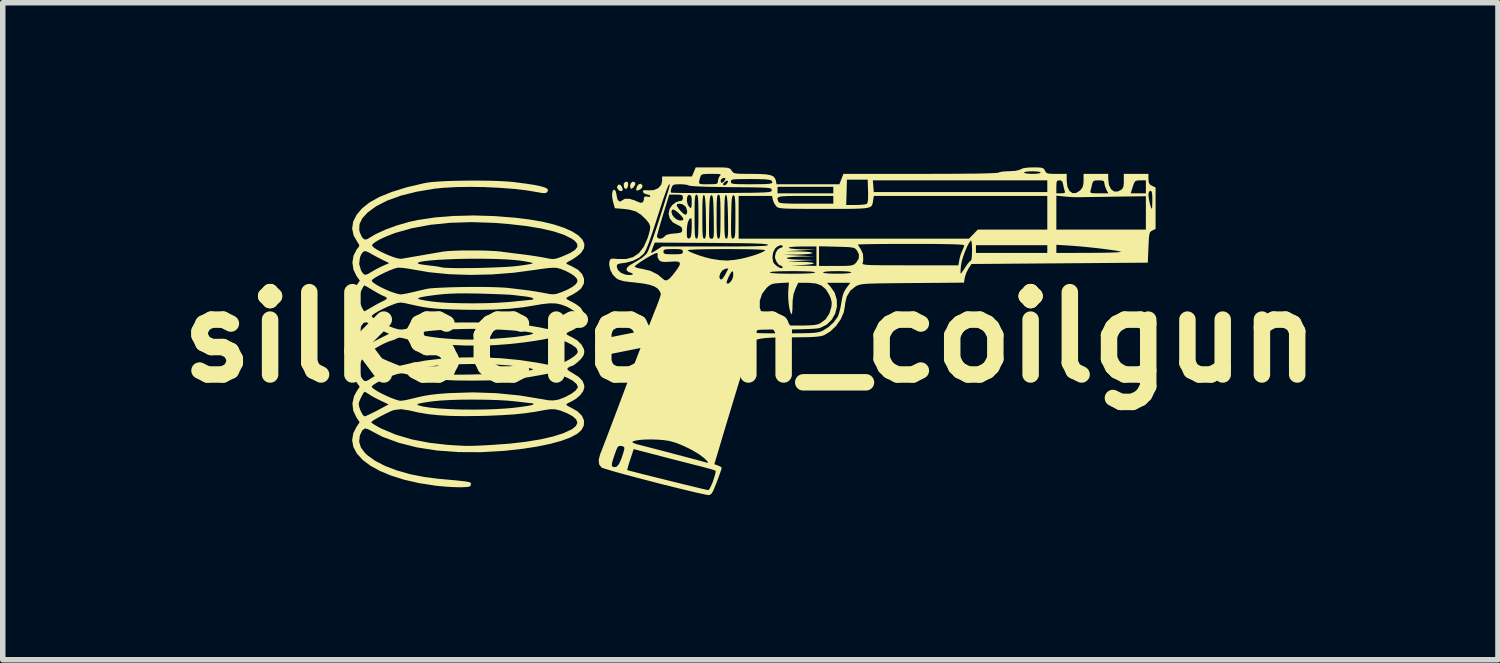
<source format=kicad_pcb>
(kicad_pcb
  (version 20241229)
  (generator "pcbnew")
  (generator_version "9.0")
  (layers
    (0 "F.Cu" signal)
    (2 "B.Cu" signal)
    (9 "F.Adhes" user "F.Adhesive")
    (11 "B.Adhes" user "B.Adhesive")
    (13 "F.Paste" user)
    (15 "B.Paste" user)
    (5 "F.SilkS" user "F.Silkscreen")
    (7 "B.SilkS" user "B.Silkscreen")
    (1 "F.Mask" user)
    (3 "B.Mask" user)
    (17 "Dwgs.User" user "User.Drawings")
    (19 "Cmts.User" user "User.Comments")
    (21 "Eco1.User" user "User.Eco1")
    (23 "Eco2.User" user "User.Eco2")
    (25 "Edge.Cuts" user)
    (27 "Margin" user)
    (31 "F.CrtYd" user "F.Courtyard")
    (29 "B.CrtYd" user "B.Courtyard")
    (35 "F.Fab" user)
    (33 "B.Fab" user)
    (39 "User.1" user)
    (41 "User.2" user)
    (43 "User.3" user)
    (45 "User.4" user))
  (footprint "silkscreen_coilgun"
    (layer "F.Cu")
    (at 10.621 3.095)
    (property "Reference" "silkscreen_coilgun" (at 0 0 0) (layer "F.SilkS") (effects (font (size 1.5 1.5) (thickness 0.3))))
    (attr board_only exclude_from_pos_files exclude_from_bom)
    (fp_poly (pts (xy -2.365 -2.775) (xy -2.338 -2.738) (xy -2.324 -2.687) (xy -2.343 -2.662) (xy -2.385 -2.67) (xy -2.397 -2.678) (xy -2.428 -2.721) (xy -2.426 -2.749) (xy -2.399 -2.784)) (stroke (width 0) (type solid)) (fill yes) (layer "F.SilkS"))
    (fp_poly (pts (xy -2.227 -2.818) (xy -2.225 -2.772) (xy -2.242 -2.719) (xy -2.269 -2.7) (xy -2.295 -2.721) (xy -2.303 -2.739) (xy -2.307 -2.799) (xy -2.278 -2.831) (xy -2.254 -2.835)) (stroke (width 0) (type solid)) (fill yes) (layer "F.SilkS"))
    (fp_poly (pts (xy -2.098 -2.821) (xy -2.096 -2.784) (xy -2.123 -2.739) (xy -2.16 -2.705) (xy -2.183 -2.714) (xy -2.191 -2.758) (xy -2.177 -2.806) (xy -2.147 -2.834) (xy -2.138 -2.835)) (stroke (width 0) (type solid)) (fill yes) (layer "F.SilkS"))
    (fp_poly (pts (xy -1.996 -2.796) (xy -1.964 -2.767) (xy -1.971 -2.726) (xy -2.007 -2.694) (xy -2.056 -2.673) (xy -2.077 -2.678) (xy -2.079 -2.695) (xy -2.066 -2.747) (xy -2.035 -2.787) (xy -1.999 -2.797)) (stroke (width 0) (type solid)) (fill yes) (layer "F.SilkS"))
    (fp_poly (pts (xy -4.748 -2.852) (xy -4.568 -2.846) (xy -4.411 -2.837) (xy -4.297 -2.826) (xy -4.096 -2.8) (xy -3.938 -2.776) (xy -3.822 -2.752) (xy -3.743 -2.729) (xy -3.698 -2.704) (xy -3.685 -2.677) (xy -3.7 -2.647) (xy -3.706 -2.64) (xy -3.737 -2.627) (xy -3.793 -2.628) (xy -3.881 -2.644) (xy -4.08 -2.677) (xy -4.313 -2.704) (xy -4.57 -2.723) (xy -4.839 -2.736) (xy -5.107 -2.74) (xy -5.363 -2.736) (xy -5.596 -2.723) (xy -5.755 -2.707) (xy -6.079 -2.652) (xy -6.365 -2.581) (xy -6.612 -2.492) (xy -6.817 -2.388) (xy -6.974 -2.272) (xy -7.07 -2.167) (xy -7.12 -2.062) (xy -7.126 -1.956) (xy -7.114 -1.907) (xy -7.075 -1.822) (xy -7.031 -1.781) (xy -6.982 -1.786) (xy -6.974 -1.791) (xy -6.827 -1.879) (xy -6.644 -1.963) (xy -6.435 -2.039) (xy -6.212 -2.103) (xy -6.061 -2.136) (xy -5.75 -2.183) (xy -5.407 -2.21) (xy -5.041 -2.219) (xy -4.662 -2.208) (xy -4.281 -2.178) (xy -4.04 -2.148) (xy -3.795 -2.107) (xy -3.579 -2.055) (xy -3.396 -1.995) (xy -3.246 -1.928) (xy -3.133 -1.856) (xy -3.058 -1.779) (xy -3.023 -1.7) (xy -3.031 -1.619) (xy -3.083 -1.539) (xy -3.11 -1.513) (xy -3.181 -1.458) (xy -3.255 -1.41) (xy -3.275 -1.4) (xy -3.327 -1.372) (xy -3.354 -1.351) (xy -3.355 -1.348) (xy -3.335 -1.332) (xy -3.285 -1.307) (xy -3.249 -1.291) (xy -3.14 -1.23) (xy -3.065 -1.153) (xy -3.029 -1.067) (xy -3.032 -0.979) (xy -3.078 -0.896) (xy -3.092 -0.881) (xy -3.159 -0.827) (xy -3.24 -0.778) (xy -3.257 -0.769) (xy -3.316 -0.74) (xy -3.351 -0.716) (xy -3.355 -0.709) (xy -3.336 -0.69) (xy -3.286 -0.662) (xy -3.257 -0.648) (xy -3.178 -0.604) (xy -3.105 -0.549) (xy -3.092 -0.537) (xy -3.038 -0.455) (xy -3.026 -0.367) (xy -3.055 -0.281) (xy -3.123 -0.201) (xy -3.226 -0.136) (xy -3.249 -0.126) (xy -3.311 -0.097) (xy -3.349 -0.073) (xy -3.355 -0.064) (xy -3.335 -0.045) (xy -3.285 -0.017) (xy -3.253 -0.002) (xy -3.153 0.057) (xy -3.076 0.134) (xy -3.032 0.217) (xy -3.024 0.265) (xy -3.036 0.324) (xy -3.077 0.385) (xy -3.12 0.429) (xy -3.177 0.479) (xy -3.225 0.513) (xy -3.244 0.521) (xy -3.285 0.534) (xy -3.315 0.553) (xy -3.334 0.573) (xy -3.33 0.592) (xy -3.296 0.618) (xy -3.228 0.658) (xy -3.123 0.726) (xy -3.059 0.793) (xy -3.028 0.866) (xy -3.024 0.912) (xy -3.045 0.981) (xy -3.1 1.055) (xy -3.18 1.124) (xy -3.275 1.178) (xy -3.279 1.179) (xy -3.329 1.204) (xy -3.355 1.225) (xy -3.355 1.227) (xy -3.336 1.245) (xy -3.286 1.273) (xy -3.261 1.285) (xy -3.145 1.352) (xy -3.067 1.432) (xy -3.029 1.52) (xy -3.034 1.61) (xy -3.076 1.69) (xy -3.155 1.76) (xy -3.279 1.826) (xy -3.443 1.887) (xy -3.644 1.942) (xy -3.88 1.991) (xy -4.146 2.032) (xy -4.44 2.065) (xy -4.466 2.068) (xy -4.907 2.094) (xy -5.324 2.092) (xy -5.716 2.063) (xy -6.078 2.006) (xy -6.408 1.922) (xy -6.705 1.812) (xy -6.964 1.676) (xy -6.967 1.674) (xy -7.022 1.661) (xy -7.069 1.695) (xy -7.108 1.774) (xy -7.115 1.795) (xy -7.127 1.904) (xy -7.096 2.007) (xy -7.02 2.109) (xy -6.975 2.151) (xy -6.833 2.253) (xy -6.652 2.346) (xy -6.438 2.427) (xy -6.198 2.495) (xy -5.941 2.546) (xy -5.698 2.577) (xy -5.514 2.594) (xy -5.371 2.607) (xy -5.265 2.618) (xy -5.189 2.627) (xy -5.14 2.635) (xy -5.11 2.643) (xy -5.096 2.652) (xy -5.092 2.663) (xy -5.092 2.677) (xy -5.092 2.682) (xy -5.096 2.705) (xy -5.115 2.72) (xy -5.158 2.728) (xy -5.234 2.732) (xy -5.281 2.733) (xy -5.387 2.731) (xy -5.52 2.724) (xy -5.659 2.712) (xy -5.737 2.704) (xy -6.033 2.658) (xy -6.301 2.597) (xy -6.541 2.522) (xy -6.749 2.436) (xy -6.925 2.339) (xy -7.065 2.233) (xy -7.168 2.119) (xy -7.232 2) (xy -7.255 1.876) (xy -7.234 1.749) (xy -7.176 1.634) (xy -7.119 1.548) (xy -6.907 1.548) (xy -6.888 1.568) (xy -6.835 1.602) (xy -6.758 1.645) (xy -6.709 1.67) (xy -6.456 1.776) (xy -6.168 1.861) (xy -5.853 1.922) (xy -5.529 1.959) (xy -5.398 1.968) (xy -5.295 1.974) (xy -5.21 1.978) (xy -5.131 1.979) (xy -5.047 1.978) (xy -4.947 1.974) (xy -4.819 1.968) (xy -4.702 1.961) (xy -4.382 1.938) (xy -4.089 1.904) (xy -3.826 1.861) (xy -3.598 1.809) (xy -3.408 1.749) (xy -3.261 1.681) (xy -3.249 1.675) (xy -3.177 1.617) (xy -3.151 1.558) (xy -3.172 1.498) (xy -3.24 1.437) (xy -3.343 1.382) (xy -3.459 1.336) (xy -3.554 1.313) (xy -3.645 1.311) (xy -3.733 1.324) (xy -3.919 1.358) (xy -4.106 1.385) (xy -4.303 1.405) (xy -4.521 1.419) (xy -4.771 1.43) (xy -4.926 1.434) (xy -5.211 1.437) (xy -5.458 1.433) (xy -5.674 1.421) (xy -5.867 1.401) (xy -6.047 1.371) (xy -6.218 1.332) (xy -6.363 1.31) (xy -6.488 1.325) (xy -6.544 1.345) (xy -6.648 1.394) (xy -6.745 1.444) (xy -6.827 1.489) (xy -6.883 1.525) (xy -6.907 1.547) (xy -6.907 1.548) (xy -7.119 1.548) (xy -7.118 1.547) (xy -7.174 1.465) (xy -7.235 1.338) (xy -7.249 1.215) (xy -7.136 1.215) (xy -7.126 1.269) (xy -7.103 1.334) (xy -7.073 1.394) (xy -7.043 1.434) (xy -7.029 1.441) (xy -6.997 1.431) (xy -6.933 1.402) (xy -6.849 1.361) (xy -6.795 1.333) (xy -6.595 1.226) (xy -6.068 1.226) (xy -6.052 1.238) (xy -6.044 1.241) (xy -5.959 1.263) (xy -5.835 1.282) (xy -5.678 1.297) (xy -5.496 1.308) (xy -5.297 1.316) (xy -5.087 1.318) (xy -4.875 1.317) (xy -4.667 1.31) (xy -4.471 1.299) (xy -4.329 1.287) (xy -4.205 1.272) (xy -4.097 1.257) (xy -4.015 1.243) (xy -3.967 1.232) (xy -3.959 1.228) (xy -3.95 1.207) (xy -3.959 1.205) (xy -3.99 1.202) (xy -4.058 1.194) (xy -4.153 1.183) (xy -4.264 1.17) (xy -4.265 1.17) (xy -4.423 1.155) (xy -4.613 1.144) (xy -4.822 1.138) (xy -5.041 1.136) (xy -5.259 1.137) (xy -5.463 1.143) (xy -5.644 1.153) (xy -5.791 1.167) (xy -5.81 1.17) (xy -5.933 1.188) (xy -6.014 1.203) (xy -6.057 1.215) (xy -6.068 1.226) (xy -6.595 1.226) (xy -6.59 1.224) (xy -6.736 1.155) (xy -6.822 1.112) (xy -6.9 1.069) (xy -6.947 1.039) (xy -6.995 1.008) (xy -7.025 0.993) (xy -7.027 0.992) (xy -7.046 1.012) (xy -7.074 1.06) (xy -7.104 1.12) (xy -7.127 1.178) (xy -7.136 1.215) (xy -7.249 1.215) (xy -7.25 1.205) (xy -7.22 1.072) (xy -7.173 0.985) (xy -7.117 0.903) (xy -7.119 0.9) (xy -6.899 0.9) (xy -6.879 0.927) (xy -6.824 0.966) (xy -6.746 1.011) (xy -6.654 1.057) (xy -6.558 1.099) (xy -6.47 1.133) (xy -6.398 1.154) (xy -6.369 1.157) (xy -6.322 1.152) (xy -6.248 1.138) (xy -6.192 1.125) (xy -6.056 1.092) (xy -5.94 1.067) (xy -5.83 1.049) (xy -5.711 1.035) (xy -5.567 1.023) (xy -5.47 1.017) (xy -5.051 1.004) (xy -4.622 1.019) (xy -4.198 1.061) (xy -3.8 1.127) (xy -3.677 1.148) (xy -3.58 1.151) (xy -3.489 1.134) (xy -3.386 1.095) (xy -3.363 1.084) (xy -3.258 1.028) (xy -3.184 0.972) (xy -3.146 0.92) (xy -3.143 0.902) (xy -3.165 0.852) (xy -3.227 0.797) (xy -3.324 0.743) (xy -3.448 0.693) (xy -3.498 0.677) (xy -3.558 0.663) (xy -3.614 0.658) (xy -3.682 0.663) (xy -3.776 0.68) (xy -3.812 0.687) (xy -4.036 0.727) (xy -4.268 0.756) (xy -4.52 0.776) (xy -4.8 0.787) (xy -5.08 0.79) (xy -5.371 0.787) (xy -5.623 0.775) (xy -5.845 0.754) (xy -6.045 0.723) (xy -6.231 0.681) (xy -6.25 0.676) (xy -6.317 0.661) (xy -6.371 0.658) (xy -6.43 0.669) (xy -6.512 0.696) (xy -6.524 0.701) (xy -6.629 0.741) (xy -6.728 0.786) (xy -6.812 0.831) (xy -6.872 0.869) (xy -6.899 0.897) (xy -6.899 0.9) (xy -7.119 0.9) (xy -7.175 0.82) (xy -7.224 0.722) (xy -7.25 0.609) (xy -7.25 0.602) (xy -7.127 0.602) (xy -7.095 0.715) (xy -7.074 0.75) (xy -7.039 0.792) (xy -7 0.799) (xy -6.946 0.772) (xy -6.922 0.755) (xy -6.863 0.719) (xy -6.781 0.676) (xy -6.718 0.647) (xy -6.581 0.586) (xy -6.583 0.585) (xy -6.048 0.585) (xy -6.036 0.597) (xy -5.986 0.61) (xy -5.895 0.623) (xy -5.78 0.637) (xy -5.685 0.649) (xy -5.609 0.661) (xy -5.563 0.671) (xy -5.556 0.674) (xy -5.527 0.679) (xy -5.459 0.682) (xy -5.359 0.682) (xy -5.234 0.681) (xy -5.091 0.679) (xy -4.939 0.675) (xy -4.785 0.67) (xy -4.635 0.663) (xy -4.498 0.657) (xy -4.381 0.649) (xy -4.291 0.641) (xy -4.288 0.641) (xy -4.181 0.628) (xy -4.086 0.615) (xy -4.016 0.604) (xy -3.993 0.599) (xy -3.96 0.588) (xy -3.964 0.579) (xy -4.008 0.567) (xy -4.029 0.563) (xy -4.19 0.536) (xy -4.384 0.514) (xy -4.602 0.499) (xy -4.833 0.49) (xy -5.07 0.487) (xy -5.303 0.491) (xy -5.522 0.5) (xy -5.718 0.516) (xy -5.883 0.538) (xy -5.966 0.555) (xy -6.023 0.571) (xy -6.048 0.585) (xy -6.583 0.585) (xy -6.722 0.516) (xy -6.81 0.471) (xy -6.893 0.426) (xy -6.941 0.398) (xy -7.005 0.369) (xy -7.053 0.378) (xy -7.09 0.428) (xy -7.113 0.488) (xy -7.127 0.602) (xy -7.25 0.602) (xy -7.248 0.504) (xy -7.245 0.49) (xy -7.223 0.435) (xy -7.185 0.367) (xy -7.172 0.347) (xy -7.113 0.26) (xy -7.118 0.252) (xy -6.894 0.252) (xy -6.883 0.284) (xy -6.834 0.323) (xy -6.744 0.371) (xy -6.61 0.43) (xy -6.584 0.441) (xy -6.498 0.476) (xy -6.43 0.503) (xy -6.392 0.518) (xy -6.387 0.519) (xy -6.364 0.515) (xy -6.306 0.501) (xy -6.223 0.482) (xy -6.186 0.474) (xy -5.905 0.422) (xy -5.589 0.386) (xy -5.25 0.368) (xy -4.899 0.366) (xy -4.546 0.382) (xy -4.202 0.415) (xy -3.876 0.464) (xy -3.819 0.475) (xy -3.71 0.496) (xy -3.634 0.507) (xy -3.578 0.509) (xy -3.53 0.501) (xy -3.475 0.485) (xy -3.474 0.485) (xy -3.375 0.445) (xy -3.282 0.396) (xy -3.206 0.344) (xy -3.156 0.296) (xy -3.143 0.264) (xy -3.159 0.214) (xy -3.184 0.184) (xy -3.254 0.135) (xy -3.346 0.088) (xy -3.446 0.048) (xy -3.54 0.02) (xy -3.617 0.009) (xy -3.648 0.012) (xy -3.717 0.029) (xy -3.823 0.049) (xy -3.955 0.07) (xy -4.104 0.091) (xy -4.26 0.11) (xy -4.383 0.123) (xy -4.647 0.143) (xy -4.925 0.152) (xy -5.206 0.15) (xy -5.484 0.138) (xy -5.748 0.117) (xy -5.99 0.088) (xy -6.202 0.049) (xy -6.35 0.011) (xy -6.404 0.007) (xy -6.433 0.018) (xy -6.476 0.041) (xy -6.533 0.059) (xy -6.595 0.08) (xy -6.673 0.114) (xy -6.754 0.156) (xy -6.826 0.198) (xy -6.877 0.233) (xy -6.894 0.252) (xy -7.118 0.252) (xy -7.172 0.173) (xy -7.213 0.106) (xy -7.241 0.044) (xy -7.245 0.03) (xy -7.251 -0.058) (xy -7.127 -0.058) (xy -7.105 0.055) (xy -7.076 0.111) (xy -7.05 0.149) (xy -7.029 0.161) (xy -6.996 0.15) (xy -6.948 0.124) (xy -6.886 0.091) (xy -6.802 0.048) (xy -6.727 0.01) (xy -6.582 -0.063) (xy -6.602 -0.072) (xy -6.06 -0.072) (xy -6.046 -0.057) (xy -5.992 -0.04) (xy -5.907 -0.022) (xy -5.8 -0.005) (xy -5.677 0.011) (xy -5.564 0.022) (xy -5.393 0.034) (xy -5.239 0.041) (xy -5.089 0.043) (xy -4.93 0.039) (xy -4.746 0.031) (xy -4.618 0.023) (xy -4.459 0.011) (xy -4.311 -0.003) (xy -4.182 -0.019) (xy -4.076 -0.035) (xy -4 -0.05) (xy -3.96 -0.065) (xy -3.959 -0.076) (xy -4.002 -0.088) (xy -4.085 -0.101) (xy -4.2 -0.113) (xy -4.34 -0.125) (xy -4.498 -0.135) (xy -4.666 -0.143) (xy -4.837 -0.149) (xy -5.003 -0.152) (xy -5.056 -0.153) (xy -5.227 -0.151) (xy -5.398 -0.146) (xy -5.563 -0.138) (xy -5.715 -0.127) (xy -5.848 -0.115) (xy -5.954 -0.101) (xy -6.027 -0.087) (xy -6.06 -0.072) (xy -6.06 -0.072) (xy -6.602 -0.072) (xy -6.718 -0.125) (xy -6.804 -0.167) (xy -6.884 -0.211) (xy -6.925 -0.238) (xy -6.991 -0.272) (xy -7.042 -0.265) (xy -7.084 -0.214) (xy -7.103 -0.173) (xy -7.127 -0.058) (xy -7.251 -0.058) (xy -7.252 -0.073) (xy -7.23 -0.186) (xy -7.183 -0.288) (xy -7.175 -0.301) (xy -7.116 -0.384) (xy -7.116 -0.385) (xy -6.899 -0.385) (xy -6.879 -0.359) (xy -6.824 -0.322) (xy -6.745 -0.278) (xy -6.651 -0.232) (xy -6.553 -0.19) (xy -6.488 -0.166) (xy -6.41 -0.144) (xy -6.347 -0.14) (xy -6.272 -0.153) (xy -6.252 -0.159) (xy -6.173 -0.177) (xy -6.066 -0.2) (xy -5.95 -0.222) (xy -5.907 -0.23) (xy -5.818 -0.244) (xy -5.72 -0.254) (xy -5.605 -0.262) (xy -5.465 -0.267) (xy -5.293 -0.269) (xy -5.081 -0.27) (xy -5.068 -0.27) (xy -4.753 -0.266) (xy -4.477 -0.255) (xy -4.233 -0.237) (xy -4.014 -0.21) (xy -3.813 -0.175) (xy -3.733 -0.157) (xy -3.636 -0.142) (xy -3.546 -0.147) (xy -3.447 -0.174) (xy -3.328 -0.226) (xy -3.291 -0.245) (xy -3.2 -0.302) (xy -3.155 -0.359) (xy -3.157 -0.417) (xy -3.206 -0.476) (xy -3.302 -0.536) (xy -3.355 -0.562) (xy -3.453 -0.598) (xy -3.551 -0.617) (xy -3.663 -0.618) (xy -3.8 -0.603) (xy -3.909 -0.584) (xy -4.14 -0.546) (xy -4.387 -0.52) (xy -4.659 -0.505) (xy -4.964 -0.499) (xy -5.234 -0.502) (xy -5.432 -0.507) (xy -5.593 -0.514) (xy -5.727 -0.522) (xy -5.844 -0.534) (xy -5.955 -0.55) (xy -6.069 -0.572) (xy -6.196 -0.6) (xy -6.221 -0.606) (xy -6.31 -0.625) (xy -6.371 -0.632) (xy -6.423 -0.626) (xy -6.484 -0.607) (xy -6.493 -0.603) (xy -6.592 -0.564) (xy -6.692 -0.518) (xy -6.781 -0.472) (xy -6.851 -0.43) (xy -6.892 -0.397) (xy -6.899 -0.385) (xy -7.116 -0.385) (xy -7.179 -0.48) (xy -7.232 -0.601) (xy -7.243 -0.709) (xy -7.136 -0.709) (xy -7.127 -0.668) (xy -7.105 -0.608) (xy -7.078 -0.545) (xy -7.051 -0.495) (xy -7.032 -0.473) (xy -7.032 -0.473) (xy -7.009 -0.484) (xy -6.957 -0.513) (xy -6.891 -0.552) (xy -6.809 -0.599) (xy -6.732 -0.64) (xy -6.687 -0.661) (xy -6.631 -0.692) (xy -6.627 -0.703) (xy -6.054 -0.703) (xy -6.018 -0.688) (xy -5.938 -0.672) (xy -5.814 -0.653) (xy -5.797 -0.651) (xy -5.649 -0.636) (xy -5.464 -0.625) (xy -5.256 -0.62) (xy -5.034 -0.618) (xy -4.81 -0.621) (xy -4.596 -0.629) (xy -4.402 -0.642) (xy -4.312 -0.65) (xy -4.192 -0.663) (xy -4.088 -0.673) (xy -4.01 -0.681) (xy -3.967 -0.685) (xy -3.962 -0.685) (xy -3.953 -0.7) (xy -3.957 -0.707) (xy -3.986 -0.722) (xy -4.047 -0.736) (xy -4.094 -0.743) (xy -4.192 -0.754) (xy -4.291 -0.766) (xy -4.324 -0.77) (xy -4.379 -0.775) (xy -4.473 -0.78) (xy -4.597 -0.785) (xy -4.741 -0.79) (xy -4.897 -0.795) (xy -4.939 -0.796) (xy -5.149 -0.799) (xy -5.322 -0.799) (xy -5.471 -0.794) (xy -5.605 -0.785) (xy -5.735 -0.771) (xy -5.741 -0.77) (xy -5.888 -0.75) (xy -5.989 -0.732) (xy -6.044 -0.717) (xy -6.054 -0.703) (xy -6.627 -0.703) (xy -6.621 -0.719) (xy -6.657 -0.742) (xy -6.669 -0.746) (xy -6.715 -0.766) (xy -6.786 -0.804) (xy -6.868 -0.851) (xy -6.872 -0.854) (xy -6.946 -0.898) (xy -7.002 -0.93) (xy -7.03 -0.945) (xy -7.031 -0.945) (xy -7.05 -0.925) (xy -7.076 -0.876) (xy -7.104 -0.814) (xy -7.126 -0.753) (xy -7.136 -0.71) (xy -7.136 -0.709) (xy -7.243 -0.709) (xy -7.245 -0.733) (xy -7.217 -0.863) (xy -7.179 -0.938) (xy -7.116 -1.032) (xy -6.899 -1.032) (xy -6.879 -1.003) (xy -6.823 -0.963) (xy -6.744 -0.918) (xy -6.651 -0.873) (xy -6.554 -0.832) (xy -6.464 -0.801) (xy -6.39 -0.783) (xy -6.372 -0.781) (xy -6.327 -0.786) (xy -6.253 -0.799) (xy -6.171 -0.817) (xy -6.07 -0.841) (xy -5.97 -0.864) (xy -5.907 -0.879) (xy -5.84 -0.89) (xy -5.735 -0.898) (xy -5.598 -0.905) (xy -5.439 -0.911) (xy -5.266 -0.915) (xy -5.087 -0.917) (xy -4.91 -0.917) (xy -4.743 -0.915) (xy -4.595 -0.91) (xy -4.473 -0.904) (xy -4.418 -0.899) (xy -4.211 -0.875) (xy -4.037 -0.853) (xy -3.882 -0.829) (xy -3.731 -0.802) (xy -3.729 -0.801) (xy -3.645 -0.786) (xy -3.584 -0.783) (xy -3.527 -0.792) (xy -3.454 -0.817) (xy -3.408 -0.835) (xy -3.318 -0.875) (xy -3.24 -0.919) (xy -3.19 -0.957) (xy -3.189 -0.958) (xy -3.154 -1.003) (xy -3.15 -1.039) (xy -3.164 -1.071) (xy -3.205 -1.115) (xy -3.278 -1.164) (xy -3.368 -1.211) (xy -3.462 -1.248) (xy -3.526 -1.264) (xy -3.584 -1.267) (xy -3.678 -1.261) (xy -3.795 -1.247) (xy -3.901 -1.231) (xy -4.299 -1.177) (xy -4.703 -1.145) (xy -5.103 -1.136) (xy -5.49 -1.149) (xy -5.853 -1.185) (xy -6.129 -1.232) (xy -6.237 -1.251) (xy -6.334 -1.264) (xy -6.407 -1.268) (xy -6.433 -1.266) (xy -6.498 -1.247) (xy -6.581 -1.214) (xy -6.672 -1.173) (xy -6.76 -1.129) (xy -6.834 -1.087) (xy -6.884 -1.052) (xy -6.899 -1.032) (xy -7.116 -1.032) (xy -7.116 -1.033) (xy -7.176 -1.118) (xy -7.232 -1.234) (xy -7.246 -1.335) (xy -7.127 -1.335) (xy -7.095 -1.223) (xy -7.074 -1.187) (xy -7.045 -1.15) (xy -7.013 -1.138) (xy -6.967 -1.153) (xy -6.896 -1.195) (xy -6.811 -1.244) (xy -6.717 -1.291) (xy -6.69 -1.303) (xy -6.591 -1.346) (xy -6.06 -1.346) (xy -6.033 -1.335) (xy -5.97 -1.323) (xy -5.886 -1.312) (xy -5.867 -1.31) (xy -5.771 -1.299) (xy -5.685 -1.287) (xy -5.629 -1.275) (xy -5.625 -1.274) (xy -5.577 -1.267) (xy -5.489 -1.263) (xy -5.37 -1.26) (xy -5.227 -1.26) (xy -5.068 -1.261) (xy -4.901 -1.264) (xy -4.734 -1.269) (xy -4.574 -1.276) (xy -4.43 -1.283) (xy -4.309 -1.292) (xy -4.253 -1.298) (xy -4.144 -1.312) (xy -4.053 -1.326) (xy -3.989 -1.338) (xy -3.963 -1.346) (xy -3.977 -1.356) (xy -4.029 -1.369) (xy -4.11 -1.384) (xy -4.187 -1.396) (xy -4.31 -1.409) (xy -4.456 -1.419) (xy -4.621 -1.426) (xy -4.799 -1.43) (xy -4.985 -1.431) (xy -5.172 -1.43) (xy -5.355 -1.426) (xy -5.528 -1.419) (xy -5.687 -1.411) (xy -5.825 -1.4) (xy -5.936 -1.388) (xy -6.015 -1.374) (xy -6.056 -1.358) (xy -6.06 -1.346) (xy -6.591 -1.346) (xy -6.58 -1.351) (xy -6.722 -1.421) (xy -6.81 -1.466) (xy -6.892 -1.511) (xy -6.941 -1.54) (xy -7.005 -1.569) (xy -7.053 -1.56) (xy -7.09 -1.51) (xy -7.113 -1.45) (xy -7.127 -1.335) (xy -7.246 -1.335) (xy -7.25 -1.361) (xy -7.23 -1.487) (xy -7.173 -1.599) (xy -7.155 -1.621) (xy -7.126 -1.658) (xy -7.127 -1.67) (xy -6.893 -1.67) (xy -6.893 -1.67) (xy -6.863 -1.637) (xy -6.799 -1.594) (xy -6.713 -1.549) (xy -6.616 -1.504) (xy -6.518 -1.466) (xy -6.432 -1.439) (xy -6.369 -1.429) (xy -6.356 -1.43) (xy -6.31 -1.438) (xy -6.229 -1.452) (xy -6.125 -1.47) (xy -6.013 -1.489) (xy -5.888 -1.511) (xy -5.765 -1.532) (xy -5.661 -1.55) (xy -5.598 -1.561) (xy -5.513 -1.57) (xy -5.392 -1.577) (xy -5.246 -1.581) (xy -5.087 -1.582) (xy -4.926 -1.581) (xy -4.775 -1.577) (xy -4.645 -1.57) (xy -4.547 -1.561) (xy -4.541 -1.56) (xy -4.442 -1.547) (xy -4.319 -1.531) (xy -4.193 -1.516) (xy -4.159 -1.512) (xy -4.032 -1.495) (xy -3.897 -1.475) (xy -3.779 -1.455) (xy -3.754 -1.45) (xy -3.663 -1.432) (xy -3.599 -1.425) (xy -3.545 -1.431) (xy -3.482 -1.451) (xy -3.412 -1.478) (xy -3.279 -1.537) (xy -3.192 -1.593) (xy -3.151 -1.647) (xy -3.154 -1.702) (xy -3.2 -1.758) (xy -3.252 -1.795) (xy -3.393 -1.866) (xy -3.58 -1.928) (xy -3.811 -1.982) (xy -4.085 -2.027) (xy -4.401 -2.063) (xy -4.667 -2.084) (xy -5.074 -2.098) (xy -5.463 -2.086) (xy -5.828 -2.049) (xy -6.164 -1.987) (xy -6.465 -1.902) (xy -6.497 -1.891) (xy -6.629 -1.839) (xy -6.741 -1.788) (xy -6.826 -1.74) (xy -6.879 -1.7) (xy -6.893 -1.67) (xy -7.127 -1.67) (xy -7.127 -1.688) (xy -7.154 -1.727) (xy -7.228 -1.855) (xy -7.255 -1.982) (xy -7.236 -2.109) (xy -7.17 -2.236) (xy -7.076 -2.346) (xy -6.941 -2.455) (xy -6.76 -2.556) (xy -6.533 -2.648) (xy -6.263 -2.732) (xy -5.949 -2.806) (xy -5.919 -2.812) (xy -5.823 -2.826) (xy -5.689 -2.837) (xy -5.525 -2.846) (xy -5.34 -2.851) (xy -5.143 -2.854) (xy -4.943 -2.854)) (stroke (width 0) (type solid)) (fill yes) (layer "F.SilkS"))
    (fp_poly (pts (xy -0.561 -3.095) (xy -0.474 -3.093) (xy -0.417 -3.088) (xy -0.382 -3.078) (xy -0.36 -3.063) (xy -0.343 -3.04) (xy -0.34 -3.036) (xy -0.323 -3.012) (xy -0.303 -2.996) (xy -0.27 -2.986) (xy -0.217 -2.98) (xy -0.136 -2.978) (xy -0.018 -2.977) (xy 0.013 -2.977) (xy 0.17 -2.975) (xy 0.285 -2.968) (xy 0.366 -2.954) (xy 0.419 -2.931) (xy 0.45 -2.897) (xy 0.465 -2.855) (xy 0.478 -2.788) (xy 1.051 -2.788) (xy 1.623 -2.788) (xy 1.66 -2.883) (xy 1.697 -2.977) (xy 3.104 -2.977) (xy 3.431 -2.978) (xy 3.717 -2.979) (xy 3.961 -2.981) (xy 4.163 -2.983) (xy 4.321 -2.987) (xy 4.435 -2.991) (xy 4.503 -2.996) (xy 4.525 -3.001) (xy 4.985 -3.001) (xy 5.007 -2.988) (xy 5.065 -2.98) (xy 5.139 -2.977) (xy 5.219 -2.98) (xy 5.274 -2.989) (xy 5.293 -3.001) (xy 5.271 -3.013) (xy 5.213 -3.022) (xy 5.139 -3.024) (xy 5.059 -3.021) (xy 5.004 -3.012) (xy 4.985 -3.001) (xy 4.525 -3.001) (xy 4.554 -3.012) (xy 4.617 -3.021) (xy 4.701 -3.025) (xy 4.709 -3.025) (xy 4.829 -3.032) (xy 4.907 -3.05) (xy 4.925 -3.061) (xy 4.98 -3.082) (xy 5.076 -3.093) (xy 5.156 -3.095) (xy 5.249 -3.094) (xy 5.307 -3.089) (xy 5.34 -3.077) (xy 5.359 -3.054) (xy 5.368 -3.036) (xy 5.385 -3.006) (xy 5.409 -2.989) (xy 5.451 -2.98) (xy 5.524 -2.977) (xy 5.58 -2.977) (xy 5.765 -2.977) (xy 5.765 -2.847) (xy 5.778 -2.741) (xy 5.815 -2.666) (xy 5.868 -2.627) (xy 5.933 -2.628) (xy 5.967 -2.648) (xy 6.195 -2.648) (xy 6.204 -2.632) (xy 6.238 -2.625) (xy 6.305 -2.623) (xy 6.354 -2.623) (xy 6.523 -2.623) (xy 6.931 -2.623) (xy 7.069 -2.623) (xy 7.207 -2.623) (xy 7.207 -2.741) (xy 7.207 -2.859) (xy 7.106 -2.859) (xy 7.047 -2.856) (xy 7.013 -2.842) (xy 6.99 -2.805) (xy 6.968 -2.741) (xy 6.931 -2.623) (xy 6.523 -2.623) (xy 6.486 -2.692) (xy 6.461 -2.756) (xy 6.45 -2.811) (xy 6.444 -2.841) (xy 6.415 -2.855) (xy 6.352 -2.859) (xy 6.347 -2.859) (xy 6.281 -2.856) (xy 6.248 -2.841) (xy 6.232 -2.806) (xy 6.229 -2.794) (xy 6.213 -2.724) (xy 6.2 -2.676) (xy 6.195 -2.648) (xy 5.967 -2.648) (xy 6.005 -2.671) (xy 6.014 -2.681) (xy 6.052 -2.73) (xy 6.069 -2.791) (xy 6.072 -2.858) (xy 6.072 -2.977) (xy 6.297 -2.977) (xy 6.521 -2.977) (xy 6.521 -2.884) (xy 6.534 -2.776) (xy 6.571 -2.699) (xy 6.625 -2.657) (xy 6.693 -2.655) (xy 6.746 -2.68) (xy 6.781 -2.709) (xy 6.799 -2.749) (xy 6.805 -2.814) (xy 6.805 -2.848) (xy 6.805 -2.977) (xy 7.029 -2.977) (xy 7.254 -2.977) (xy 7.254 -2.884) (xy 7.26 -2.818) (xy 7.283 -2.781) (xy 7.319 -2.76) (xy 7.384 -2.728) (xy 7.384 -2.351) (xy 7.384 -1.974) (xy 7.325 -1.945) (xy 7.299 -1.93) (xy 7.282 -1.91) (xy 7.271 -1.875) (xy 7.263 -1.816) (xy 7.258 -1.726) (xy 7.254 -1.637) (xy 7.242 -1.359) (xy 5.636 -1.347) (xy 4.03 -1.335) (xy 3.976 -1.254) (xy 3.936 -1.177) (xy 3.909 -1.094) (xy 3.907 -1.084) (xy 3.893 -0.995) (xy 2.957 -0.988) (xy 2.722 -0.986) (xy 2.529 -0.984) (xy 2.374 -0.982) (xy 2.252 -0.979) (xy 2.158 -0.976) (xy 2.087 -0.972) (xy 2.034 -0.966) (xy 1.995 -0.958) (xy 1.965 -0.949) (xy 1.939 -0.937) (xy 1.918 -0.926) (xy 1.822 -0.849) (xy 1.757 -0.741) (xy 1.727 -0.612) (xy 1.725 -0.579) (xy 1.703 -0.455) (xy 1.646 -0.326) (xy 1.561 -0.206) (xy 1.456 -0.105) (xy 1.342 -0.037) (xy 1.3 -0.024) (xy 1.243 -0.014) (xy 1.165 -0.007) (xy 1.057 -0.002) (xy 0.914 -0.000121) (xy 0.763 0.001) (xy 0.564 0.002) (xy 0.407 0.006) (xy 0.285 0.013) (xy 0.194 0.024) (xy 0.127 0.039) (xy 0.08 0.06) (xy 0.046 0.086) (xy 0.045 0.087) (xy 0.034 0.104) (xy 0.019 0.135) (xy -0.001 0.184) (xy -0.026 0.254) (xy -0.057 0.346) (xy -0.095 0.463) (xy -0.141 0.608) (xy -0.195 0.784) (xy -0.259 0.993) (xy -0.333 1.238) (xy -0.419 1.521) (xy -0.516 1.845) (xy -0.587 2.084) (xy -0.656 2.313) (xy -0.588 2.337) (xy -0.54 2.359) (xy -0.52 2.379) (xy -0.52 2.379) (xy -0.528 2.408) (xy -0.55 2.471) (xy -0.581 2.558) (xy -0.61 2.635) (xy -0.652 2.741) (xy -0.683 2.811) (xy -0.709 2.851) (xy -0.734 2.87) (xy -0.757 2.875) (xy -0.792 2.871) (xy -0.868 2.855) (xy -0.979 2.831) (xy -1.119 2.798) (xy -1.285 2.758) (xy -1.47 2.712) (xy -1.67 2.662) (xy -1.735 2.645) (xy -1.938 2.592) (xy -2.128 2.542) (xy -2.301 2.496) (xy -2.449 2.455) (xy -2.57 2.42) (xy -2.582 2.416) (xy -2.242 2.416) (xy -2.241 2.42) (xy -2.217 2.428) (xy -2.154 2.444) (xy -2.058 2.469) (xy -1.936 2.5) (xy -1.796 2.535) (xy -1.642 2.573) (xy -1.483 2.613) (xy -1.324 2.652) (xy -1.173 2.689) (xy -1.037 2.722) (xy -0.921 2.75) (xy -0.833 2.771) (xy -0.778 2.783) (xy -0.765 2.786) (xy -0.745 2.766) (xy -0.717 2.712) (xy -0.684 2.635) (xy -0.678 2.617) (xy -0.651 2.534) (xy -0.634 2.469) (xy -0.632 2.434) (xy -0.633 2.431) (xy -0.662 2.42) (xy -0.726 2.4) (xy -0.816 2.376) (xy -0.898 2.354) (xy -1 2.329) (xy -1.135 2.294) (xy -1.292 2.254) (xy -1.46 2.211) (xy -1.625 2.168) (xy -1.635 2.165) (xy -2.125 2.038) (xy -2.187 2.226) (xy -2.215 2.312) (xy -2.234 2.379) (xy -2.242 2.416) (xy -2.582 2.416) (xy -2.656 2.394) (xy -2.704 2.377) (xy -2.71 2.374) (xy -2.737 2.34) (xy -2.523 2.34) (xy -2.507 2.359) (xy -2.475 2.367) (xy -2.434 2.357) (xy -2.394 2.311) (xy -2.354 2.225) (xy -2.313 2.103) (xy -2.295 2.035) (xy -2.299 2) (xy -2.328 1.985) (xy -2.361 1.979) (xy -2.392 1.981) (xy -2.416 2.001) (xy -2.439 2.047) (xy -2.469 2.129) (xy -2.472 2.137) (xy -2.505 2.238) (xy -2.522 2.303) (xy -2.523 2.34) (xy -2.737 2.34) (xy -2.754 2.318) (xy -2.763 2.235) (xy -2.735 2.128) (xy -2.727 2.108) (xy -2.711 2.069) (xy -2.681 1.99) (xy -2.651 1.911) (xy -2.15 1.911) (xy -2.129 1.927) (xy -2.077 1.946) (xy -2.05 1.954) (xy -1.983 1.97) (xy -1.884 1.996) (xy -1.76 2.028) (xy -1.62 2.064) (xy -1.471 2.103) (xy -1.322 2.143) (xy -1.181 2.18) (xy -1.056 2.213) (xy -0.955 2.24) (xy -0.886 2.259) (xy -0.862 2.266) (xy -0.797 2.284) (xy -0.77 2.283) (xy -0.783 2.259) (xy -0.833 2.21) (xy -0.845 2.199) (xy -0.943 2.125) (xy -1.071 2.05) (xy -1.214 1.98) (xy -1.355 1.923) (xy -1.477 1.889) (xy -1.577 1.874) (xy -1.691 1.865) (xy -1.809 1.862) (xy -1.923 1.864) (xy -2.023 1.871) (xy -2.1 1.884) (xy -2.143 1.9) (xy -2.15 1.911) (xy -2.651 1.911) (xy -2.637 1.876) (xy -2.582 1.732) (xy -2.518 1.563) (xy -2.446 1.373) (xy -2.368 1.166) (xy -2.286 0.948) (xy -2.279 0.929) (xy -2.193 0.701) (xy -2.109 0.477) (xy -2.027 0.263) (xy -1.951 0.064) (xy -1.886 -0.106) (xy 0.039 -0.106) (xy 0.039 -0.095) (xy 0.054 -0.087) (xy 0.088 -0.081) (xy 0.147 -0.076) (xy 0.234 -0.073) (xy 0.357 -0.072) (xy 0.518 -0.071) (xy 0.621 -0.071) (xy 0.808 -0.072) (xy 0.955 -0.073) (xy 1.067 -0.076) (xy 1.15 -0.08) (xy 1.212 -0.087) (xy 1.258 -0.096) (xy 1.294 -0.108) (xy 1.312 -0.115) (xy 1.417 -0.18) (xy 1.516 -0.269) (xy 1.588 -0.366) (xy 1.595 -0.378) (xy 1.616 -0.436) (xy 1.638 -0.52) (xy 1.653 -0.598) (xy 1.671 -0.704) (xy 1.689 -0.776) (xy 1.71 -0.831) (xy 1.741 -0.882) (xy 1.765 -0.916) (xy 1.822 -0.992) (xy 1.609 -0.992) (xy 1.396 -0.992) (xy 1.457 -0.927) (xy 1.536 -0.814) (xy 1.575 -0.687) (xy 1.578 -0.557) (xy 1.546 -0.431) (xy 1.483 -0.319) (xy 1.39 -0.229) (xy 1.269 -0.17) (xy 1.257 -0.166) (xy 1.208 -0.159) (xy 1.12 -0.153) (xy 0.999 -0.148) (xy 0.854 -0.144) (xy 0.693 -0.142) (xy 0.611 -0.142) (xy 0.431 -0.141) (xy 0.293 -0.14) (xy 0.191 -0.137) (xy 0.12 -0.133) (xy 0.075 -0.127) (xy 0.05 -0.118) (xy 0.039 -0.107) (xy 0.039 -0.106) (xy -1.886 -0.106) (xy -1.883 -0.114) (xy -1.825 -0.265) (xy -1.779 -0.382) (xy -1.75 -0.456) (xy -1.716 -0.539) (xy 0.172 -0.539) (xy 0.214 -0.417) (xy 0.248 -0.364) (xy 0.293 -0.312) (xy 0.34 -0.273) (xy 0.397 -0.246) (xy 0.473 -0.229) (xy 0.576 -0.219) (xy 0.712 -0.214) (xy 0.827 -0.214) (xy 0.975 -0.214) (xy 1.084 -0.217) (xy 1.162 -0.223) (xy 1.219 -0.233) (xy 1.262 -0.248) (xy 1.275 -0.254) (xy 1.371 -0.327) (xy 1.441 -0.433) (xy 1.478 -0.557) (xy 1.483 -0.636) (xy 1.466 -0.709) (xy 1.438 -0.774) (xy 1.374 -0.876) (xy 1.296 -0.943) (xy 1.195 -0.98) (xy 1.061 -0.992) (xy 1.047 -0.992) (xy 0.872 -0.992) (xy 0.821 -0.88) (xy 0.788 -0.787) (xy 0.772 -0.679) (xy 0.769 -0.587) (xy 0.767 -0.503) (xy 0.761 -0.442) (xy 0.754 -0.416) (xy 0.753 -0.416) (xy 0.732 -0.45) (xy 0.714 -0.519) (xy 0.699 -0.61) (xy 0.691 -0.711) (xy 0.69 -0.808) (xy 0.691 -0.832) (xy 0.703 -0.997) (xy 0.541 -0.988) (xy 0.451 -0.981) (xy 0.39 -0.967) (xy 0.344 -0.941) (xy 0.296 -0.899) (xy 0.214 -0.79) (xy 0.173 -0.667) (xy 0.172 -0.539) (xy -1.716 -0.539) (xy -1.705 -0.567) (xy -1.668 -0.666) (xy -1.642 -0.742) (xy -1.631 -0.785) (xy -1.63 -0.789) (xy -1.646 -0.833) (xy -1.684 -0.883) (xy -1.686 -0.885) (xy -1.742 -0.923) (xy -1.828 -0.954) (xy -1.949 -0.979) (xy -2.018 -0.987) (xy -0.433 -0.987) (xy -0.432 -0.983) (xy -0.4 -0.978) (xy -0.363 -1.006) (xy -0.33 -1.055) (xy -0.312 -1.114) (xy -0.312 -1.119) (xy -0.312 -1.175) (xy -0.314 -1.181) (xy 0.354 -1.181) (xy 0.377 -1.172) (xy 0.444 -1.165) (xy 0.552 -1.16) (xy 0.697 -1.158) (xy 0.768 -1.158) (xy 0.928 -1.159) (xy 1.051 -1.163) (xy 1.136 -1.169) (xy 1.177 -1.177) (xy 1.181 -1.181) (xy 1.323 -1.181) (xy 1.346 -1.171) (xy 1.41 -1.163) (xy 1.508 -1.159) (xy 1.583 -1.158) (xy 1.7 -1.16) (xy 1.786 -1.166) (xy 1.834 -1.175) (xy 1.836 -1.176) (xy 3.83 -1.176) (xy 3.833 -1.158) (xy 3.85 -1.176) (xy 3.884 -1.224) (xy 3.918 -1.276) (xy 3.961 -1.339) (xy 3.998 -1.382) (xy 4.016 -1.394) (xy 4.029 -1.417) (xy 4.037 -1.479) (xy 4.04 -1.576) (xy 4.04 -1.584) (xy 4.038 -1.671) (xy 4.037 -1.678) (xy 4.111 -1.678) (xy 4.111 -1.607) (xy 4.111 -1.536) (xy 4.761 -1.536) (xy 5.411 -1.536) (xy 5.411 -1.607) (xy 5.411 -1.678) (xy 4.761 -1.678) (xy 4.111 -1.678) (xy 4.037 -1.678) (xy 4.037 -1.685) (xy 5.576 -1.685) (xy 5.576 -1.61) (xy 5.576 -1.536) (xy 6.196 -1.538) (xy 6.388 -1.539) (xy 6.542 -1.542) (xy 6.655 -1.546) (xy 6.726 -1.551) (xy 6.753 -1.556) (xy 6.748 -1.56) (xy 6.687 -1.574) (xy 6.589 -1.589) (xy 6.463 -1.606) (xy 6.319 -1.624) (xy 6.166 -1.64) (xy 6.013 -1.655) (xy 5.871 -1.666) (xy 5.83 -1.669) (xy 5.576 -1.685) (xy 4.037 -1.685) (xy 4.032 -1.733) (xy 4.024 -1.762) (xy 4.02 -1.763) (xy 3.989 -1.725) (xy 3.951 -1.655) (xy 3.912 -1.563) (xy 3.876 -1.464) (xy 3.85 -1.37) (xy 3.838 -1.305) (xy 3.831 -1.229) (xy 3.83 -1.176) (xy 1.836 -1.176) (xy 1.843 -1.181) (xy 1.82 -1.192) (xy 1.757 -1.2) (xy 1.658 -1.204) (xy 1.583 -1.205) (xy 1.466 -1.203) (xy 1.38 -1.197) (xy 1.332 -1.188) (xy 1.323 -1.181) (xy 1.181 -1.181) (xy 1.158 -1.191) (xy 1.091 -1.198) (xy 0.984 -1.202) (xy 0.839 -1.205) (xy 0.768 -1.205) (xy 0.608 -1.204) (xy 0.485 -1.2) (xy 0.4 -1.194) (xy 0.358 -1.185) (xy 0.354 -1.181) (xy -0.314 -1.181) (xy -0.321 -1.204) (xy -0.325 -1.205) (xy -0.346 -1.186) (xy -0.376 -1.138) (xy -0.405 -1.079) (xy -0.427 -1.023) (xy -0.433 -0.987) (xy -2.018 -0.987) (xy -2.111 -0.999) (xy -2.179 -1.005) (xy -2.304 -1.021) (xy -2.393 -1.047) (xy -2.439 -1.072) (xy -2.506 -1.14) (xy -2.553 -1.231) (xy -2.564 -1.286) (xy -2.434 -1.286) (xy -2.412 -1.224) (xy -2.355 -1.173) (xy -2.274 -1.141) (xy -2.213 -1.134) (xy -2.156 -1.138) (xy -2.136 -1.15) (xy -2.14 -1.155) (xy -2.18 -1.177) (xy -2.209 -1.185) (xy -2.249 -1.212) (xy -2.256 -1.24) (xy -2.241 -1.274) (xy -2.225 -1.288) (xy -2.108 -1.288) (xy -2.085 -1.272) (xy -2.028 -1.256) (xy -1.975 -1.247) (xy -1.819 -1.21) (xy -1.686 -1.143) (xy -1.609 -1.078) (xy -1.564 -1.041) (xy -1.521 -1.037) (xy -1.473 -1.068) (xy -1.439 -1.106) (xy -0.564 -1.106) (xy -0.559 -1.077) (xy -0.538 -1.05) (xy -0.508 -1.065) (xy -0.468 -1.123) (xy -0.447 -1.161) (xy -0.399 -1.256) (xy -0.453 -1.248) (xy -0.505 -1.221) (xy -0.546 -1.167) (xy -0.564 -1.106) (xy -1.439 -1.106) (xy -1.41 -1.138) (xy -1.4 -1.151) (xy -1.327 -1.248) (xy -1.288 -1.314) (xy -1.283 -1.356) (xy -1.312 -1.376) (xy -1.378 -1.381) (xy -1.448 -1.377) (xy -1.543 -1.372) (xy -1.603 -1.375) (xy -1.641 -1.389) (xy -1.662 -1.405) (xy -1.69 -1.458) (xy -1.689 -1.491) (xy -1.689 -1.529) (xy -1.706 -1.536) (xy -1.741 -1.524) (xy -1.802 -1.494) (xy -1.877 -1.451) (xy -1.956 -1.403) (xy -2.028 -1.356) (xy -2.082 -1.316) (xy -2.107 -1.291) (xy -2.108 -1.288) (xy -2.225 -1.288) (xy -2.191 -1.315) (xy -2.102 -1.367) (xy -2.096 -1.37) (xy -1.979 -1.441) (xy -1.897 -1.514) (xy -1.88 -1.536) (xy -1.879 -1.54) (xy -1.807 -1.54) (xy -1.805 -1.536) (xy -1.781 -1.547) (xy -1.76 -1.559) (xy -1.583 -1.559) (xy -1.579 -1.535) (xy -1.56 -1.521) (xy -1.516 -1.514) (xy -1.438 -1.512) (xy -1.406 -1.512) (xy -1.315 -1.513) (xy -1.262 -1.518) (xy -1.237 -1.53) (xy -1.229 -1.551) (xy -1.229 -1.559) (xy -1.233 -1.584) (xy -1.234 -1.585) (xy -1.145 -1.585) (xy -1.145 -1.585) (xy -1.101 -1.557) (xy -1.023 -1.524) (xy -0.925 -1.489) (xy -0.818 -1.456) (xy -0.717 -1.431) (xy -0.709 -1.429) (xy -0.556 -1.405) (xy -0.423 -1.398) (xy -0.284 -1.41) (xy -0.185 -1.427) (xy -0.077 -1.452) (xy -0.059 -1.457) (xy 0.403 -1.457) (xy 0.415 -1.378) (xy 0.432 -1.345) (xy 0.477 -1.301) (xy 0.526 -1.27) (xy 0.568 -1.258) (xy 0.59 -1.27) (xy 0.591 -1.276) (xy 0.573 -1.299) (xy 0.567 -1.3) (xy 0.522 -1.32) (xy 0.48 -1.371) (xy 0.453 -1.435) (xy 0.449 -1.469) (xy 0.456 -1.503) (xy 0.603 -1.503) (xy 0.886 -1.489) (xy 1.17 -1.474) (xy 0.916 -1.47) (xy 0.803 -1.465) (xy 0.719 -1.458) (xy 0.671 -1.448) (xy 0.662 -1.441) (xy 0.684 -1.43) (xy 0.747 -1.421) (xy 0.842 -1.415) (xy 0.916 -1.413) (xy 1.17 -1.408) (xy 0.921 -1.394) (xy 0.673 -1.38) (xy 0.916 -1.375) (xy 1.018 -1.371) (xy 1.099 -1.364) (xy 1.148 -1.355) (xy 1.158 -1.348) (xy 1.136 -1.337) (xy 1.078 -1.327) (xy 0.993 -1.319) (xy 0.951 -1.317) (xy 0.744 -1.309) (xy 0.975 -1.304) (xy 1.205 -1.3) (xy 1.205 -1.477) (xy 1.205 -1.654) (xy 0.944 -1.654) (xy 0.815 -1.651) (xy 0.734 -1.644) (xy 0.698 -1.634) (xy 0.709 -1.623) (xy 0.765 -1.613) (xy 0.866 -1.605) (xy 0.952 -1.602) (xy 1.193 -1.597) (xy 0.921 -1.583) (xy 0.65 -1.569) (xy 0.892 -1.564) (xy 1.018 -1.559) (xy 1.098 -1.55) (xy 1.132 -1.54) (xy 1.121 -1.528) (xy 1.065 -1.518) (xy 0.966 -1.511) (xy 0.868 -1.507) (xy 0.603 -1.503) (xy 0.456 -1.503) (xy 0.463 -1.541) (xy 0.499 -1.599) (xy 0.547 -1.629) (xy 0.559 -1.63) (xy 0.588 -1.644) (xy 0.591 -1.654) (xy 0.588 -1.658) (xy 1.252 -1.658) (xy 1.252 -1.479) (xy 1.252 -1.3) (xy 1.561 -1.3) (xy 1.687 -1.3) (xy 1.775 -1.302) (xy 1.834 -1.308) (xy 1.873 -1.318) (xy 1.901 -1.334) (xy 1.927 -1.358) (xy 1.975 -1.433) (xy 1.978 -1.514) (xy 1.94 -1.586) (xy 1.919 -1.609) (xy 1.894 -1.625) (xy 1.855 -1.635) (xy 1.795 -1.642) (xy 1.705 -1.646) (xy 1.576 -1.65) (xy 1.573 -1.65) (xy 1.252 -1.658) (xy 0.588 -1.658) (xy 0.575 -1.677) (xy 0.535 -1.674) (xy 0.488 -1.65) (xy 0.451 -1.615) (xy 0.415 -1.543) (xy 0.403 -1.457) (xy -0.059 -1.457) (xy 0.032 -1.482) (xy 0.133 -1.516) (xy 0.213 -1.548) (xy 0.263 -1.575) (xy 0.273 -1.585) (xy 0.254 -1.591) (xy 0.191 -1.596) (xy 0.087 -1.601) (xy -0.054 -1.604) (xy -0.23 -1.606) (xy -0.437 -1.607) (xy -0.44 -1.607) (xy -0.649 -1.606) (xy -0.825 -1.604) (xy -0.965 -1.601) (xy -1.067 -1.596) (xy -1.128 -1.591) (xy -1.145 -1.585) (xy -1.234 -1.585) (xy -1.252 -1.598) (xy -1.296 -1.605) (xy -1.374 -1.607) (xy -1.406 -1.607) (xy -1.496 -1.606) (xy -1.55 -1.6) (xy -1.575 -1.589) (xy -1.583 -1.568) (xy -1.583 -1.559) (xy -1.76 -1.559) (xy -1.731 -1.576) (xy -1.701 -1.595) (xy -1.608 -1.654) (xy -0.636 -1.654) (xy -0.388 -1.654) (xy -0.183 -1.655) (xy -0.018 -1.657) (xy 0.11 -1.659) (xy 0.205 -1.663) (xy 0.27 -1.667) (xy 0.308 -1.673) (xy 0.324 -1.68) (xy 0.325 -1.683) (xy 0.317 -1.688) (xy 1.961 -1.688) (xy 1.974 -1.663) (xy 2.005 -1.617) (xy 2.01 -1.61) (xy 2.053 -1.515) (xy 2.058 -1.407) (xy 2.048 -1.358) (xy 2.045 -1.346) (xy 2.048 -1.336) (xy 2.061 -1.329) (xy 2.089 -1.323) (xy 2.136 -1.318) (xy 2.206 -1.315) (xy 2.304 -1.313) (xy 2.435 -1.312) (xy 2.602 -1.312) (xy 2.809 -1.311) (xy 2.912 -1.311) (xy 3.791 -1.311) (xy 3.808 -1.41) (xy 3.828 -1.493) (xy 3.857 -1.57) (xy 3.862 -1.58) (xy 3.887 -1.636) (xy 3.899 -1.675) (xy 3.899 -1.676) (xy 3.878 -1.683) (xy 3.815 -1.689) (xy 3.709 -1.694) (xy 3.559 -1.697) (xy 3.364 -1.7) (xy 3.123 -1.701) (xy 2.93 -1.701) (xy 2.721 -1.701) (xy 2.528 -1.7) (xy 2.355 -1.699) (xy 2.207 -1.697) (xy 2.09 -1.695) (xy 2.008 -1.692) (xy 1.966 -1.69) (xy 1.961 -1.688) (xy 0.317 -1.688) (xy 0.312 -1.691) (xy 0.277 -1.697) (xy 0.217 -1.703) (xy 0.127 -1.707) (xy 0.005 -1.711) (xy -0.152 -1.714) (xy -0.349 -1.716) (xy -0.588 -1.718) (xy -0.713 -1.719) (xy -1.741 -1.725) (xy -1.778 -1.631) (xy -1.799 -1.573) (xy -1.807 -1.54) (xy -1.879 -1.54) (xy -1.858 -1.582) (xy -1.824 -1.666) (xy -1.782 -1.78) (xy -1.763 -1.834) (xy -1.701 -1.834) (xy -1.683 -1.804) (xy -1.641 -1.796) (xy -1.595 -1.808) (xy -1.562 -1.837) (xy -1.532 -1.864) (xy -1.47 -1.881) (xy -1.39 -1.89) (xy -1.309 -1.898) (xy -1.264 -1.909) (xy -1.245 -1.927) (xy -1.243 -1.942) (xy -1.157 -1.942) (xy -1.156 -1.86) (xy -1.149 -1.816) (xy -1.135 -1.8) (xy -1.116 -1.8) (xy -1.095 -1.812) (xy -1.081 -1.843) (xy -1.073 -1.903) (xy -1.068 -1.991) (xy -1.067 -2.077) (xy -1.069 -2.141) (xy -1.076 -2.172) (xy -1.077 -2.174) (xy -1.113 -2.152) (xy -1.14 -2.091) (xy -1.155 -1.999) (xy -1.157 -1.942) (xy -1.243 -1.942) (xy -1.24 -1.958) (xy -1.24 -1.959) (xy -1.253 -2.004) (xy -1.297 -2.034) (xy -1.32 -2.043) (xy -1.412 -2.094) (xy -1.469 -2.167) (xy -1.489 -2.253) (xy -1.481 -2.29) (xy -1.44 -2.29) (xy -1.422 -2.231) (xy -1.392 -2.189) (xy -1.343 -2.147) (xy -1.285 -2.127) (xy -1.236 -2.131) (xy -1.219 -2.146) (xy -1.227 -2.174) (xy -1.245 -2.197) (xy -1.016 -2.197) (xy -1.015 -2.049) (xy -1.013 -1.941) (xy -1.01 -1.868) (xy -1.003 -1.823) (xy -0.993 -1.801) (xy -0.981 -1.796) (xy -0.967 -1.802) (xy -0.958 -1.824) (xy -0.951 -1.869) (xy -0.948 -1.943) (xy -0.946 -2.052) (xy -0.945 -2.197) (xy -0.945 -2.199) (xy -0.874 -2.199) (xy -0.874 -2.05) (xy -0.872 -1.942) (xy -0.868 -1.869) (xy -0.862 -1.825) (xy -0.852 -1.802) (xy -0.839 -1.796) (xy -0.838 -1.796) (xy -0.825 -1.801) (xy -0.816 -1.822) (xy -0.81 -1.864) (xy -0.807 -1.935) (xy -0.807 -1.942) (xy -0.753 -1.942) (xy -0.752 -1.872) (xy -0.747 -1.828) (xy -0.738 -1.806) (xy -0.725 -1.797) (xy -0.709 -1.796) (xy -0.691 -1.797) (xy -0.679 -1.807) (xy -0.67 -1.832) (xy -0.666 -1.877) (xy -0.664 -1.951) (xy -0.665 -2.059) (xy -0.667 -2.191) (xy -0.667 -2.197) (xy -0.614 -2.197) (xy -0.614 -2.049) (xy -0.612 -1.941) (xy -0.608 -1.868) (xy -0.601 -1.823) (xy -0.592 -1.801) (xy -0.579 -1.796) (xy -0.566 -1.802) (xy -0.556 -1.824) (xy -0.55 -1.869) (xy -0.546 -1.943) (xy -0.544 -2.052) (xy -0.543 -2.197) (xy -0.543 -2.199) (xy -0.473 -2.199) (xy -0.472 -2.05) (xy -0.47 -1.942) (xy -0.466 -1.869) (xy -0.46 -1.825) (xy -0.45 -1.802) (xy -0.437 -1.796) (xy -0.437 -1.796) (xy -0.423 -1.801) (xy -0.414 -1.822) (xy -0.408 -1.864) (xy -0.405 -1.935) (xy -0.405 -1.939) (xy -0.351 -1.939) (xy -0.349 -1.869) (xy -0.344 -1.826) (xy -0.336 -1.805) (xy -0.323 -1.799) (xy -0.314 -1.8) (xy -0.298 -1.807) (xy -0.287 -1.825) (xy -0.279 -1.86) (xy -0.275 -1.92) (xy -0.273 -2.012) (xy -0.272 -2.141) (xy -0.272 -2.198) (xy -0.272 -2.344) (xy -0.274 -2.449) (xy -0.279 -2.52) (xy -0.285 -2.562) (xy -0.292 -2.575) (xy -0.213 -2.575) (xy -0.213 -2.186) (xy -0.213 -1.796) (xy 1.886 -1.796) (xy 3.984 -1.796) (xy 4.064 -1.878) (xy 4.144 -1.961) (xy 4.777 -1.961) (xy 5.411 -1.961) (xy 5.411 -2.268) (xy 5.411 -2.575) (xy 3.831 -2.575) (xy 2.251 -2.575) (xy 2.237 -2.491) (xy 2.231 -2.451) (xy 2.223 -2.419) (xy 2.21 -2.394) (xy 2.186 -2.375) (xy 2.147 -2.361) (xy 2.089 -2.351) (xy 2.005 -2.345) (xy 1.893 -2.341) (xy 1.748 -2.339) (xy 1.564 -2.339) (xy 1.344 -2.339) (xy 1.125 -2.339) (xy 0.948 -2.34) (xy 0.808 -2.341) (xy 0.701 -2.343) (xy 0.622 -2.346) (xy 0.566 -2.351) (xy 0.527 -2.357) (xy 0.502 -2.365) (xy 0.484 -2.376) (xy 0.472 -2.387) (xy 0.456 -2.41) (xy 1.747 -2.41) (xy 1.919 -2.41) (xy 2.008 -2.413) (xy 2.08 -2.42) (xy 2.12 -2.429) (xy 2.122 -2.43) (xy 2.137 -2.457) (xy 2.145 -2.515) (xy 2.146 -2.58) (xy 5.576 -2.58) (xy 5.576 -2.27) (xy 5.576 -1.961) (xy 6.391 -1.961) (xy 7.207 -1.961) (xy 7.207 -2.266) (xy 7.207 -2.57) (xy 6.634 -2.562) (xy 6.468 -2.559) (xy 6.313 -2.557) (xy 6.177 -2.555) (xy 6.067 -2.553) (xy 5.992 -2.552) (xy 5.966 -2.552) (xy 5.889 -2.553) (xy 5.791 -2.559) (xy 5.724 -2.565) (xy 5.576 -2.58) (xy 2.146 -2.58) (xy 2.146 -2.596) (xy 7.254 -2.596) (xy 7.259 -2.541) (xy 7.272 -2.472) (xy 7.288 -2.405) (xy 7.305 -2.356) (xy 7.317 -2.339) (xy 7.321 -2.361) (xy 7.323 -2.418) (xy 7.325 -2.498) (xy 7.325 -2.505) (xy 7.323 -2.594) (xy 7.315 -2.646) (xy 7.3 -2.668) (xy 7.289 -2.67) (xy 7.262 -2.65) (xy 7.254 -2.596) (xy 2.146 -2.596) (xy 2.146 -2.612) (xy 2.146 -2.623) (xy 5.576 -2.623) (xy 5.661 -2.623) (xy 5.717 -2.626) (xy 5.735 -2.64) (xy 5.729 -2.664) (xy 5.713 -2.717) (xy 5.7 -2.782) (xy 5.685 -2.837) (xy 5.655 -2.857) (xy 5.633 -2.859) (xy 5.599 -2.855) (xy 5.582 -2.834) (xy 5.577 -2.785) (xy 5.576 -2.741) (xy 5.576 -2.623) (xy 2.146 -2.623) (xy 2.145 -2.66) (xy 2.139 -2.859) (xy 2.232 -2.859) (xy 2.241 -2.753) (xy 2.249 -2.646) (xy 3.83 -2.646) (xy 5.411 -2.646) (xy 5.411 -2.753) (xy 5.411 -2.859) (xy 3.822 -2.859) (xy 2.232 -2.859) (xy 2.139 -2.859) (xy 2.138 -2.871) (xy 1.949 -2.871) (xy 1.76 -2.871) (xy 1.754 -2.64) (xy 1.747 -2.41) (xy 0.456 -2.41) (xy 0.431 -2.447) (xy 0.41 -2.505) (xy 0.404 -2.535) (xy 0.496 -2.535) (xy 0.497 -2.512) (xy 0.507 -2.48) (xy 0.511 -2.471) (xy 0.521 -2.458) (xy 0.544 -2.449) (xy 0.586 -2.442) (xy 0.653 -2.438) (xy 0.751 -2.435) (xy 0.886 -2.434) (xy 1.019 -2.434) (xy 1.512 -2.434) (xy 1.512 -2.505) (xy 1.512 -2.575) (xy 1.004 -2.575) (xy 0.832 -2.575) (xy 0.703 -2.574) (xy 0.609 -2.57) (xy 0.547 -2.564) (xy 0.512 -2.552) (xy 0.496 -2.535) (xy 0.404 -2.535) (xy 0.396 -2.575) (xy 0.092 -2.575) (xy -0.213 -2.575) (xy -0.292 -2.575) (xy -0.295 -2.583) (xy -0.307 -2.587) (xy -0.32 -2.581) (xy -0.33 -2.557) (xy -0.338 -2.51) (xy -0.343 -2.434) (xy -0.346 -2.322) (xy -0.349 -2.19) (xy -0.351 -2.044) (xy -0.351 -1.939) (xy -0.405 -1.939) (xy -0.405 -2.039) (xy -0.407 -2.185) (xy -0.407 -2.19) (xy -0.411 -2.347) (xy -0.416 -2.462) (xy -0.423 -2.538) (xy -0.433 -2.581) (xy -0.443 -2.593) (xy -0.454 -2.586) (xy -0.462 -2.554) (xy -0.468 -2.491) (xy -0.471 -2.393) (xy -0.472 -2.254) (xy -0.473 -2.199) (xy -0.543 -2.199) (xy -0.544 -2.346) (xy -0.546 -2.454) (xy -0.55 -2.527) (xy -0.556 -2.571) (xy -0.566 -2.593) (xy -0.579 -2.599) (xy -0.592 -2.593) (xy -0.602 -2.57) (xy -0.608 -2.525) (xy -0.612 -2.452) (xy -0.614 -2.343) (xy -0.614 -2.197) (xy -0.667 -2.197) (xy -0.67 -2.339) (xy -0.674 -2.446) (xy -0.679 -2.518) (xy -0.687 -2.562) (xy -0.697 -2.583) (xy -0.709 -2.587) (xy -0.722 -2.581) (xy -0.732 -2.557) (xy -0.739 -2.51) (xy -0.745 -2.434) (xy -0.748 -2.321) (xy -0.751 -2.191) (xy -0.753 -2.046) (xy -0.753 -1.942) (xy -0.807 -1.942) (xy -0.807 -2.039) (xy -0.809 -2.185) (xy -0.809 -2.19) (xy -0.812 -2.347) (xy -0.818 -2.462) (xy -0.825 -2.538) (xy -0.835 -2.581) (xy -0.845 -2.593) (xy -0.856 -2.586) (xy -0.864 -2.554) (xy -0.87 -2.491) (xy -0.873 -2.393) (xy -0.874 -2.254) (xy -0.874 -2.199) (xy -0.945 -2.199) (xy -0.946 -2.346) (xy -0.948 -2.454) (xy -0.952 -2.527) (xy -0.958 -2.571) (xy -0.968 -2.593) (xy -0.981 -2.599) (xy -0.994 -2.593) (xy -1.003 -2.57) (xy -1.01 -2.525) (xy -1.014 -2.452) (xy -1.015 -2.343) (xy -1.016 -2.197) (xy -1.245 -2.197) (xy -1.261 -2.217) (xy -1.309 -2.265) (xy -1.36 -2.306) (xy -1.401 -2.328) (xy -1.416 -2.329) (xy -1.44 -2.29) (xy -1.481 -2.29) (xy -1.469 -2.342) (xy -1.427 -2.402) (xy -1.342 -2.402) (xy -1.315 -2.355) (xy -1.273 -2.304) (xy -1.214 -2.247) (xy -1.173 -2.232) (xy -1.153 -2.259) (xy -1.151 -2.306) (xy -1.177 -2.38) (xy -1.237 -2.424) (xy -1.292 -2.434) (xy -1.334 -2.427) (xy -1.342 -2.402) (xy -1.427 -2.402) (xy -1.419 -2.412) (xy -1.355 -2.46) (xy -1.303 -2.478) (xy -1.155 -2.478) (xy -1.141 -2.421) (xy -1.116 -2.38) (xy -1.091 -2.355) (xy -1.078 -2.358) (xy -1.071 -2.396) (xy -1.068 -2.446) (xy -1.068 -2.517) (xy -1.077 -2.569) (xy -1.083 -2.581) (xy -1.117 -2.597) (xy -1.141 -2.577) (xy -1.154 -2.534) (xy -1.155 -2.478) (xy -1.303 -2.478) (xy -1.293 -2.481) (xy -1.29 -2.481) (xy -1.244 -2.49) (xy -1.229 -2.526) (xy -1.229 -2.54) (xy -1.232 -2.574) (xy -1.251 -2.592) (xy -1.296 -2.598) (xy -1.353 -2.599) (xy -1.477 -2.599) (xy -1.589 -2.235) (xy -1.627 -2.11) (xy -1.66 -1.998) (xy -1.684 -1.908) (xy -1.699 -1.85) (xy -1.701 -1.834) (xy -1.763 -1.834) (xy -1.735 -1.916) (xy -1.684 -2.068) (xy -1.654 -2.162) (xy -1.595 -2.348) (xy -1.549 -2.494) (xy -1.515 -2.604) (xy -1.496 -2.667) (xy -1.45 -2.667) (xy -1.447 -2.636) (xy -1.447 -2.636) (xy -1.421 -2.633) (xy -1.353 -2.631) (xy -1.248 -2.629) (xy -1.111 -2.628) (xy -0.948 -2.627) (xy -0.764 -2.627) (xy -0.564 -2.628) (xy -0.522 -2.628) (xy -0.29 -2.63) (xy -0.102 -2.632) (xy 0.048 -2.633) (xy 0.164 -2.636) (xy 0.25 -2.639) (xy 0.311 -2.643) (xy 0.351 -2.648) (xy 0.375 -2.655) (xy 0.386 -2.664) (xy 0.39 -2.675) (xy 0.39 -2.682) (xy 0.388 -2.695) (xy 0.381 -2.705) (xy 0.363 -2.714) (xy 0.329 -2.72) (xy 0.274 -2.725) (xy 0.193 -2.728) (xy 0.083 -2.731) (xy -0.063 -2.733) (xy -0.249 -2.734) (xy -0.354 -2.735) (xy -0.563 -2.738) (xy -0.717 -2.741) (xy 0.496 -2.741) (xy 0.496 -2.682) (xy 0.496 -2.623) (xy 1.004 -2.623) (xy 1.512 -2.623) (xy 1.512 -2.682) (xy 1.512 -2.741) (xy 1.004 -2.741) (xy 0.496 -2.741) (xy -0.717 -2.741) (xy -0.744 -2.741) (xy -0.895 -2.746) (xy -1.01 -2.751) (xy -1.086 -2.758) (xy -1.12 -2.764) (xy -1.12 -2.765) (xy -1.155 -2.778) (xy -1.215 -2.785) (xy -0.496 -2.785) (xy -0.482 -2.765) (xy -0.45 -2.777) (xy -0.425 -2.8) (xy -0.407 -2.835) (xy -0.354 -2.835) (xy -0.352 -2.818) (xy -0.341 -2.805) (xy -0.314 -2.797) (xy -0.265 -2.792) (xy -0.186 -2.789) (xy -0.071 -2.788) (xy 0.024 -2.788) (xy 0.169 -2.789) (xy 0.274 -2.791) (xy 0.343 -2.796) (xy 0.383 -2.804) (xy 0.4 -2.814) (xy 0.402 -2.821) (xy 0.396 -2.843) (xy 0.376 -2.86) (xy 0.334 -2.871) (xy 0.265 -2.878) (xy 0.163 -2.881) (xy 0.021 -2.883) (xy -0.014 -2.883) (xy -0.147 -2.882) (xy -0.24 -2.881) (xy -0.3 -2.877) (xy -0.334 -2.869) (xy -0.35 -2.858) (xy -0.354 -2.841) (xy -0.354 -2.835) (xy -0.407 -2.835) (xy -0.407 -2.836) (xy -0.41 -2.851) (xy -0.436 -2.85) (xy -0.471 -2.826) (xy -0.494 -2.795) (xy -0.496 -2.785) (xy -1.215 -2.785) (xy -1.221 -2.786) (xy -1.278 -2.788) (xy -1.355 -2.786) (xy -1.399 -2.777) (xy -1.422 -2.755) (xy -1.437 -2.719) (xy -1.45 -2.667) (xy -1.496 -2.667) (xy -1.491 -2.684) (xy -1.476 -2.737) (xy -1.468 -2.769) (xy -1.466 -2.784) (xy -1.47 -2.787) (xy -1.477 -2.784) (xy -1.484 -2.779) (xy -1.499 -2.752) (xy -1.525 -2.688) (xy -1.56 -2.593) (xy -1.601 -2.475) (xy -1.643 -2.344) (xy -1.712 -2.131) (xy -1.768 -1.958) (xy -1.814 -1.821) (xy -1.852 -1.715) (xy -1.883 -1.636) (xy -1.909 -1.579) (xy -1.931 -1.539) (xy -1.943 -1.522) (xy -2.024 -1.451) (xy -2.136 -1.394) (xy -2.266 -1.359) (xy -2.307 -1.353) (xy -2.381 -1.343) (xy -2.419 -1.329) (xy -2.432 -1.305) (xy -2.434 -1.286) (xy -2.564 -1.286) (xy -2.572 -1.326) (xy -2.567 -1.377) (xy -2.556 -1.412) (xy -2.536 -1.43) (xy -2.496 -1.433) (xy -2.422 -1.427) (xy -2.413 -1.426) (xy -2.261 -1.426) (xy -2.134 -1.461) (xy -2.029 -1.533) (xy -1.943 -1.646) (xy -1.873 -1.802) (xy -1.853 -1.864) (xy -1.829 -1.955) (xy -1.824 -2.019) (xy -1.844 -2.073) (xy -1.889 -2.133) (xy -1.906 -2.152) (xy -1.996 -2.237) (xy -2.087 -2.293) (xy -2.197 -2.324) (xy -2.303 -2.338) (xy -2.468 -2.351) (xy -2.5 -2.465) (xy -2.517 -2.551) (xy -2.518 -2.624) (xy -2.505 -2.673) (xy -2.479 -2.689) (xy -2.474 -2.688) (xy -2.453 -2.66) (xy -2.439 -2.604) (xy -2.438 -2.593) (xy -2.423 -2.519) (xy -2.395 -2.478) (xy -2.36 -2.475) (xy -2.339 -2.492) (xy -2.285 -2.523) (xy -2.205 -2.523) (xy -2.109 -2.495) (xy -2.075 -2.479) (xy -2.003 -2.45) (xy -1.96 -2.457) (xy -1.94 -2.5) (xy -1.938 -2.535) (xy -1.928 -2.563) (xy -1.89 -2.564) (xy -1.878 -2.562) (xy -1.833 -2.558) (xy -1.819 -2.571) (xy -1.84 -2.592) (xy -1.884 -2.603) (xy -1.936 -2.622) (xy -1.956 -2.649) (xy -1.953 -2.673) (xy -1.926 -2.681) (xy -1.863 -2.677) (xy -1.859 -2.676) (xy -1.756 -2.682) (xy -1.674 -2.719) (xy -1.622 -2.782) (xy -1.615 -2.814) (xy -0.935 -2.814) (xy -0.917 -2.794) (xy -0.868 -2.788) (xy -0.781 -2.788) (xy -0.769 -2.788) (xy -0.679 -2.789) (xy -0.626 -2.793) (xy -0.6 -2.805) (xy -0.591 -2.826) (xy -0.591 -2.845) (xy -0.59 -2.848) (xy -0.543 -2.848) (xy -0.531 -2.815) (xy -0.5 -2.821) (xy -0.472 -2.848) (xy -0.454 -2.883) (xy -0.456 -2.898) (xy -0.489 -2.904) (xy -0.526 -2.883) (xy -0.543 -2.849) (xy -0.543 -2.848) (xy -0.59 -2.848) (xy -0.576 -2.906) (xy -0.554 -2.94) (xy -0.539 -2.958) (xy -0.547 -2.969) (xy -0.583 -2.975) (xy -0.656 -2.977) (xy -0.706 -2.977) (xy -0.8 -2.976) (xy -0.858 -2.971) (xy -0.889 -2.96) (xy -0.905 -2.939) (xy -0.91 -2.924) (xy -0.93 -2.855) (xy -0.935 -2.814) (xy -1.615 -2.814) (xy -1.607 -2.852) (xy -1.607 -2.93) (xy -1.335 -2.93) (xy -1.064 -2.93) (xy -1.029 -3.013) (xy -0.995 -3.095) (xy -0.687 -3.095)) (stroke (width 0) (type solid)) (fill yes) (layer "F.SilkS")))
  (gr_rect
    (start -3 -3)
    (end 24.243 8.971)
    (stroke (width 0.1) (type default))
    (fill no)
    (layer "Edge.Cuts")))
</source>
